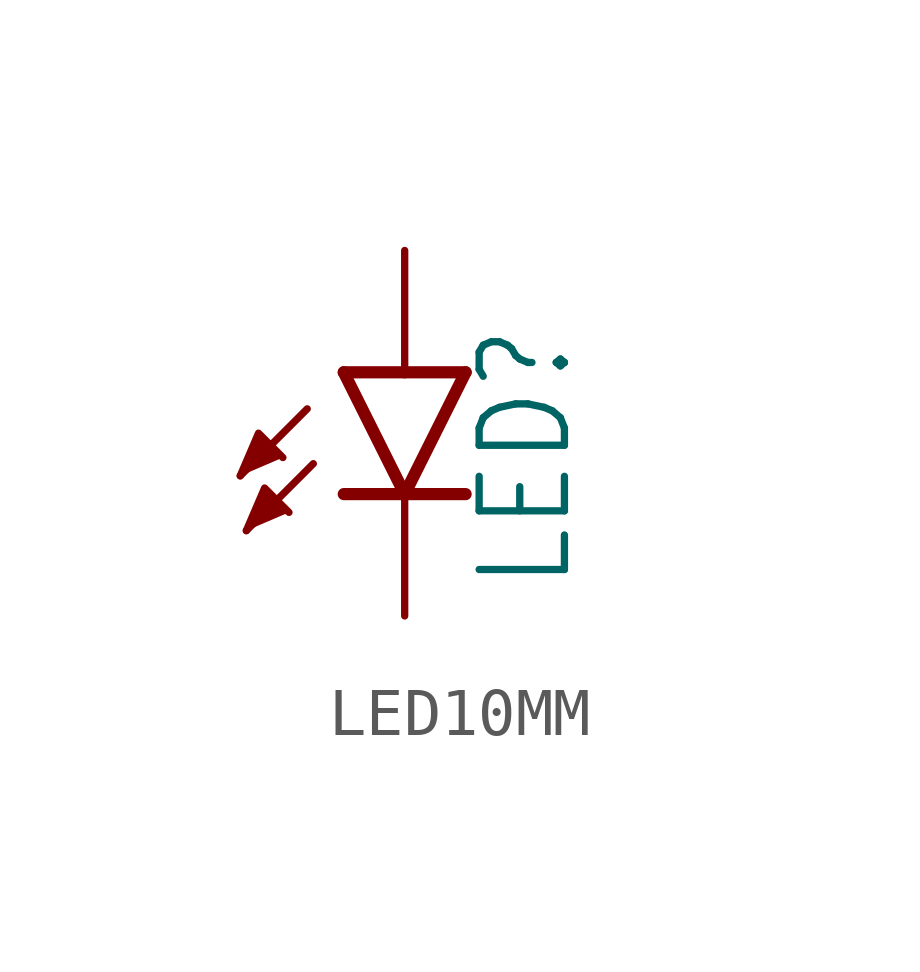
<source format=kicad_sym>
(kicad_symbol_lib
  (version 20241209)
  (generator "kicad_symbol_editor")
  (generator_version "9.0")
  (symbol "LED10MM"
    (property "Reference" "LED"
      (at 3.556 -4.572 90)
      (effects (font (size 1.778 1.511)) (justify left bottom)))
    (property "Value" ""
      (at 5.715 -4.572 90)
      (effects (font (size 1.778 1.511)) (justify left bottom)))
    (property "ki_locked" ""
      (at 0 0 0)
      (effects (font (size 1.27 1.27))))
    (symbol "LED10MM_1_0"
      (polyline (pts (xy -3.429 -2.159) (xy -3.048 -1.27) (xy -2.54 -1.778)) (stroke (width 0.152) (type solid)) (fill (type outline)))
      (polyline (pts (xy -3.302 -3.302) (xy -2.921 -2.413) (xy -2.413 -2.921)) (stroke (width 0.152) (type solid)) (fill (type outline)))
      (polyline (pts (xy -2.032 -0.762) (xy -3.429 -2.159)) (stroke (width 0.152) (type solid)) (fill (type none)))
      (polyline (pts (xy -1.905 -1.905) (xy -3.302 -3.302)) (stroke (width 0.152) (type solid)) (fill (type none)))
      (polyline (pts (xy 0 0) (xy -1.27 0)) (stroke (width 0.254) (type solid)) (fill (type none)))
      (polyline (pts (xy 0 -2.54) (xy -1.27 0)) (stroke (width 0.254) (type solid)) (fill (type none)))
      (polyline (pts (xy 0 -2.54) (xy -1.27 -2.54)) (stroke (width 0.254) (type solid)) (fill (type none)))
      (polyline (pts (xy 1.27 0) (xy 0 0)) (stroke (width 0.254) (type solid)) (fill (type none)))
      (polyline (pts (xy 1.27 0) (xy 0 -2.54)) (stroke (width 0.254) (type solid)) (fill (type none)))
      (polyline (pts (xy 1.27 -2.54) (xy 0 -2.54)) (stroke (width 0.254) (type solid)) (fill (type none)))
      (pin passive line (at 0 2.54 270) (length 2.54) (name "A" (effects (font (size 0 0)))) (number "A" (effects (font (size 0 0)))))
      (pin passive line (at 0 -5.08 90) (length 2.54) (name "C" (effects (font (size 0 0)))) (number "K" (effects (font (size 0 0))))))))
</source>
